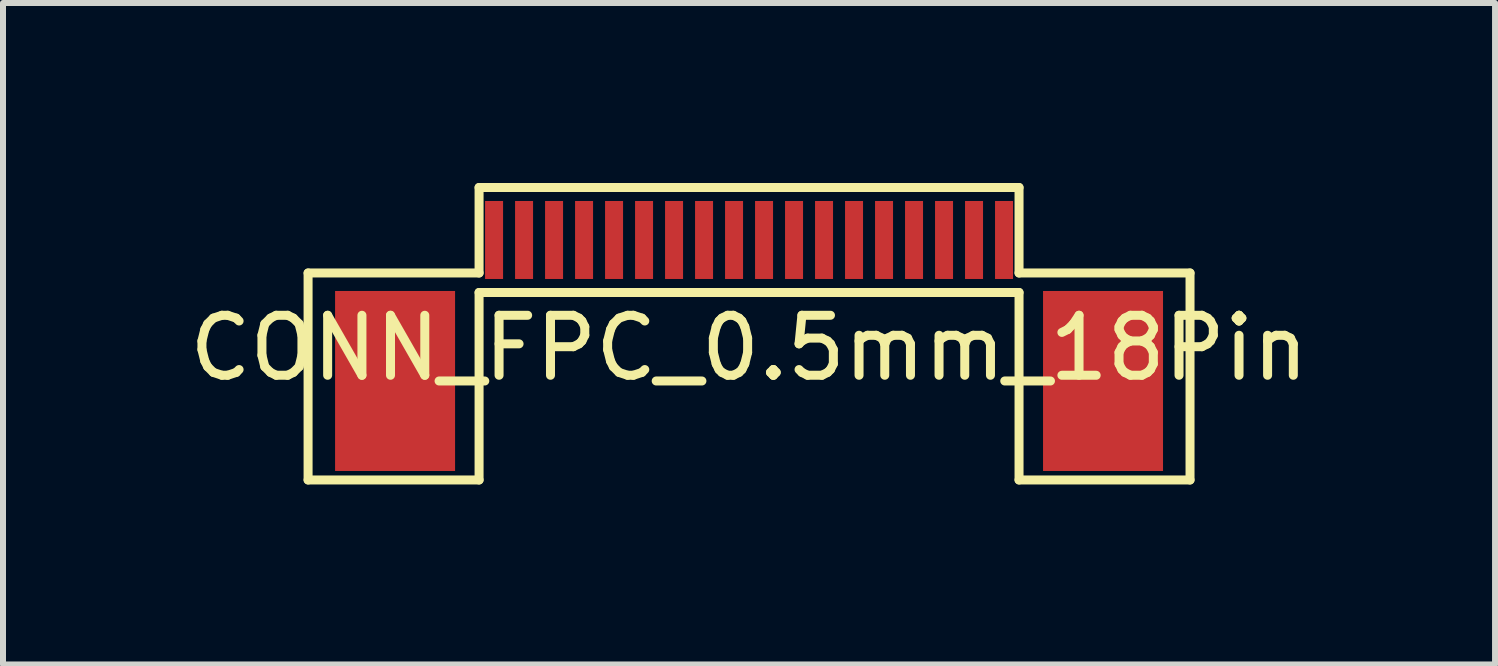
<source format=kicad_pcb>
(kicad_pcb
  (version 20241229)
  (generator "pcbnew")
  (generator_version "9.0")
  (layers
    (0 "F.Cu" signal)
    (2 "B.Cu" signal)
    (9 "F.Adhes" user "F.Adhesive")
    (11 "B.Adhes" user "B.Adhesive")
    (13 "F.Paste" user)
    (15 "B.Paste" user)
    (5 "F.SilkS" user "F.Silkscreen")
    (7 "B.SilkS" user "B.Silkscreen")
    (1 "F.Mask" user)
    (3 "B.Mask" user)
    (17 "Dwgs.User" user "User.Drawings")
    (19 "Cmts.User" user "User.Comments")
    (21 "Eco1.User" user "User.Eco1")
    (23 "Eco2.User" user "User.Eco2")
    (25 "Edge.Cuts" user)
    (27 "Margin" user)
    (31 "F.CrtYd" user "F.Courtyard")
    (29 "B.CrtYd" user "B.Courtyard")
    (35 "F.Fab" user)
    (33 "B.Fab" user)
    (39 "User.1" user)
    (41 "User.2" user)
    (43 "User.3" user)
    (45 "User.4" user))
  (footprint "CONN_FPC_0.5mm_18Pin"
    (layer "F.Cu")
    (at 9.435 0.95)
    (property "Reference" "CONN_FPC_0.5mm_18Pin" (at 0 1.8 0) (layer "F.SilkS") (effects (font (size 1 1) (thickness 0.15))))
    (attr smd)
    (fp_line (start -7.35 0.55) (end -4.5 0.55) (stroke (width 0.15) (type solid)) (layer "F.SilkS"))
    (fp_line (start -7.35 4) (end -7.35 0.55) (stroke (width 0.15) (type solid)) (layer "F.SilkS"))
    (fp_line (start -4.5 -0.875) (end 4.5 -0.875) (stroke (width 0.15) (type solid)) (layer "F.SilkS"))
    (fp_line (start -4.5 0.55) (end -4.5 -0.875) (stroke (width 0.15) (type solid)) (layer "F.SilkS"))
    (fp_line (start -4.5 0.875) (end -4.5 4) (stroke (width 0.15) (type solid)) (layer "F.SilkS"))
    (fp_line (start -4.5 0.875) (end 4.5 0.875) (stroke (width 0.15) (type solid)) (layer "F.SilkS"))
    (fp_line (start -4.5 4) (end -7.35 4) (stroke (width 0.15) (type solid)) (layer "F.SilkS"))
    (fp_line (start 4.5 0.55) (end 4.5 -0.875) (stroke (width 0.15) (type solid)) (layer "F.SilkS"))
    (fp_line (start 4.5 0.875) (end 4.5 4) (stroke (width 0.15) (type solid)) (layer "F.SilkS"))
    (fp_line (start 4.5 4) (end 7.35 4) (stroke (width 0.15) (type solid)) (layer "F.SilkS"))
    (fp_line (start 7.35 0.55) (end 4.5 0.55) (stroke (width 0.15) (type solid)) (layer "F.SilkS"))
    (fp_line (start 7.35 4) (end 7.35 0.55) (stroke (width 0.15) (type solid)) (layer "F.SilkS"))
    (pad "0" smd rect (at -5.9 2.35) (size 2 3) (layers "F.Cu" "F.Mask" "F.Paste"))
    (pad "0" smd rect (at 5.9 2.35) (size 2 3) (layers "F.Cu" "F.Mask" "F.Paste"))
    (pad "1" smd rect (at -4.25 0) (size 0.3 1.3) (layers "F.Cu" "F.Mask" "F.Paste"))
    (pad "2" smd rect (at -3.75 0) (size 0.3 1.3) (layers "F.Cu" "F.Mask" "F.Paste"))
    (pad "3" smd rect (at -3.25 0) (size 0.3 1.3) (layers "F.Cu" "F.Mask" "F.Paste"))
    (pad "4" smd rect (at -2.75 0) (size 0.3 1.3) (layers "F.Cu" "F.Mask" "F.Paste"))
    (pad "5" smd rect (at -2.25 0) (size 0.3 1.3) (layers "F.Cu" "F.Mask" "F.Paste"))
    (pad "6" smd rect (at -1.75 0) (size 0.3 1.3) (layers "F.Cu" "F.Mask" "F.Paste"))
    (pad "7" smd rect (at -1.25 0) (size 0.3 1.3) (layers "F.Cu" "F.Mask" "F.Paste"))
    (pad "8" smd rect (at -0.75 0) (size 0.3 1.3) (layers "F.Cu" "F.Mask" "F.Paste"))
    (pad "9" smd rect (at -0.25 0) (size 0.3 1.3) (layers "F.Cu" "F.Mask" "F.Paste"))
    (pad "10" smd rect (at 0.25 0) (size 0.3 1.3) (layers "F.Cu" "F.Mask" "F.Paste"))
    (pad "11" smd rect (at 0.75 0) (size 0.3 1.3) (layers "F.Cu" "F.Mask" "F.Paste"))
    (pad "12" smd rect (at 1.25 0) (size 0.3 1.3) (layers "F.Cu" "F.Mask" "F.Paste"))
    (pad "13" smd rect (at 1.75 0) (size 0.3 1.3) (layers "F.Cu" "F.Mask" "F.Paste"))
    (pad "14" smd rect (at 2.25 0) (size 0.3 1.3) (layers "F.Cu" "F.Mask" "F.Paste"))
    (pad "15" smd rect (at 2.75 0) (size 0.3 1.3) (layers "F.Cu" "F.Mask" "F.Paste"))
    (pad "16" smd rect (at 3.25 0) (size 0.3 1.3) (layers "F.Cu" "F.Mask" "F.Paste"))
    (pad "17" smd rect (at 3.75 0) (size 0.3 1.3) (layers "F.Cu" "F.Mask" "F.Paste"))
    (pad "18" smd rect (at 4.25 0) (size 0.3 1.3) (layers "F.Cu" "F.Mask" "F.Paste")))
  (gr_rect
    (start -3 -3)
    (end 21.869 8.025)
    (stroke (width 0.1) (type default))
    (fill no)
    (layer "Edge.Cuts")))
</source>
